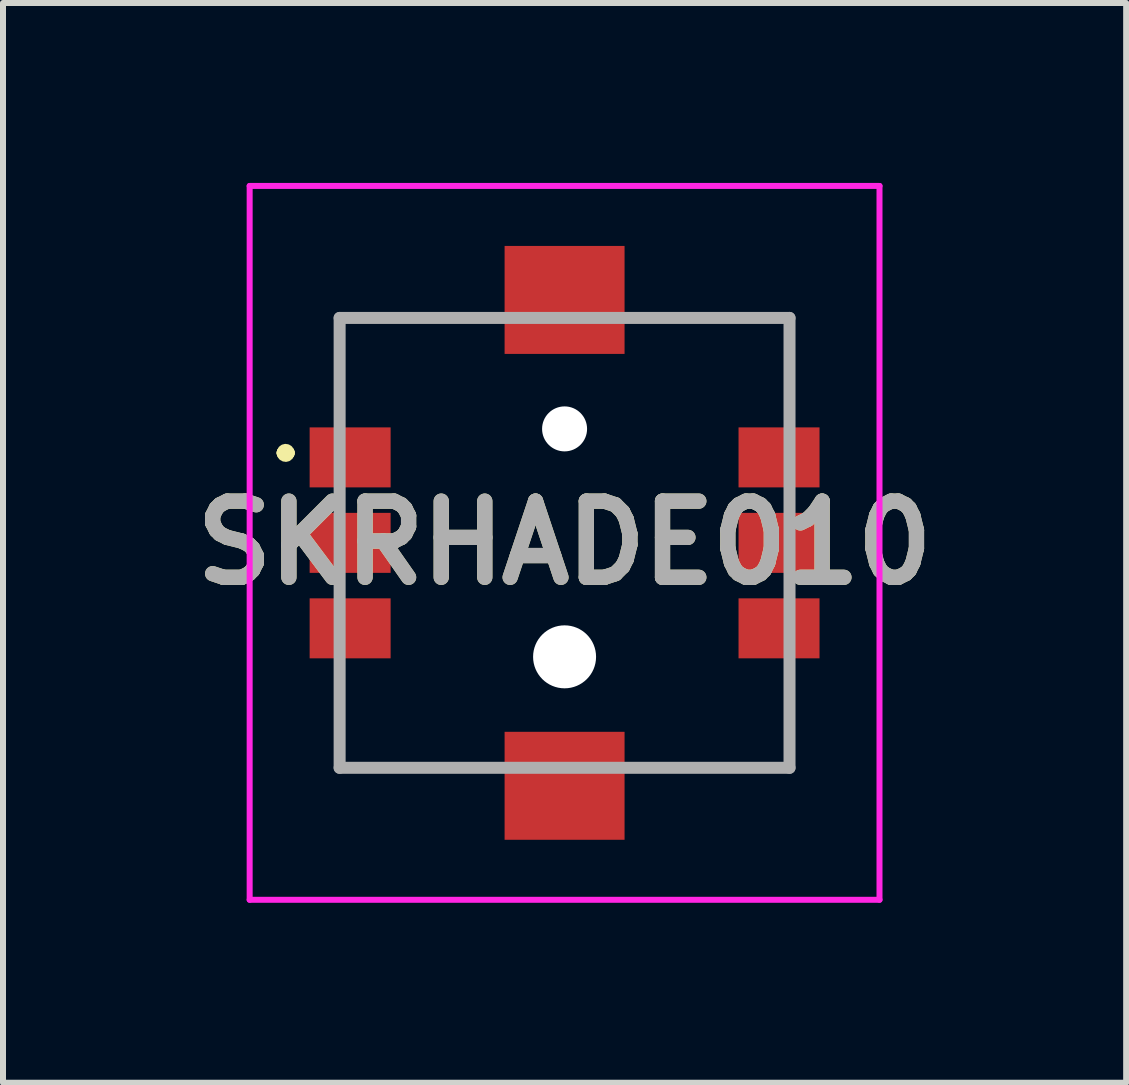
<source format=kicad_pcb>
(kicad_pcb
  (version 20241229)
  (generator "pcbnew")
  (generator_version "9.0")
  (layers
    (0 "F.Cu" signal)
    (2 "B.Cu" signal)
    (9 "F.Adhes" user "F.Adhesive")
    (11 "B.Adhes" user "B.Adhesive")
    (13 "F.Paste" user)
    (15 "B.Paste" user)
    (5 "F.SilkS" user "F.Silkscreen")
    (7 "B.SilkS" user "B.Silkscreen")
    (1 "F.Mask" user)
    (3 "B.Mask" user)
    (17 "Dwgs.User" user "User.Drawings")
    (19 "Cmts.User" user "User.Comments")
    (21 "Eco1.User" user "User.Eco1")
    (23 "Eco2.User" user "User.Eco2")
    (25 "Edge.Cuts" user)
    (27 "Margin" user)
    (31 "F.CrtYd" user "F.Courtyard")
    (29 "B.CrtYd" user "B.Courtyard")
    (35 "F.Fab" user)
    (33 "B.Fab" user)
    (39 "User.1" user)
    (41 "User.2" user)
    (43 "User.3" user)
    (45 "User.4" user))
  (footprint "SKRHADE010"
    (layer "F.Cu")
    (at 6.362 6)
    (property "Reference" "SKRHADE010" (at 0 0 0) (layer "F.SilkS") (effects (font (size 1.27 1.27) (thickness 0.254))))
    (attr through_hole)
    (fp_line (start -4.7 -1.5) (end -4.7 -1.5) (stroke (width 0.2) (type solid)) (layer "F.SilkS"))
    (fp_line (start -4.7 -1.5) (end -4.6 -1.5) (stroke (width 0.2) (type solid)) (layer "F.SilkS"))
    (fp_line (start -4.6 -1.5) (end -4.6 -1.5) (stroke (width 0.2) (type solid)) (layer "F.SilkS"))
    (fp_line (start -3.75 -3.75) (end -3.75 -3.75) (stroke (width 0.1) (type solid)) (layer "F.SilkS"))
    (fp_line (start -3.75 -3.75) (end -3.75 -3.75) (stroke (width 0.1) (type solid)) (layer "F.SilkS"))
    (fp_line (start -3.75 -3.75) (end -3.75 -2.5) (stroke (width 0.1) (type solid)) (layer "F.SilkS"))
    (fp_line (start -3.75 -3.75) (end -1.75 -3.75) (stroke (width 0.1) (type solid)) (layer "F.SilkS"))
    (fp_line (start -3.75 -2.5) (end -3.75 -3.75) (stroke (width 0.1) (type solid)) (layer "F.SilkS"))
    (fp_line (start -3.75 -2.5) (end -3.75 -2.5) (stroke (width 0.1) (type solid)) (layer "F.SilkS"))
    (fp_line (start -3.75 2.5) (end -3.75 2.5) (stroke (width 0.1) (type solid)) (layer "F.SilkS"))
    (fp_line (start -3.75 2.5) (end -3.75 3.75) (stroke (width 0.1) (type solid)) (layer "F.SilkS"))
    (fp_line (start -3.75 3.75) (end -3.75 2.5) (stroke (width 0.1) (type solid)) (layer "F.SilkS"))
    (fp_line (start -3.75 3.75) (end -3.75 3.75) (stroke (width 0.1) (type solid)) (layer "F.SilkS"))
    (fp_line (start -3.75 3.75) (end -3.75 3.75) (stroke (width 0.1) (type solid)) (layer "F.SilkS"))
    (fp_line (start -3.75 3.75) (end -1.75 3.75) (stroke (width 0.1) (type solid)) (layer "F.SilkS"))
    (fp_line (start -1.75 -3.75) (end -3.75 -3.75) (stroke (width 0.1) (type solid)) (layer "F.SilkS"))
    (fp_line (start -1.75 -3.75) (end -1.75 -3.75) (stroke (width 0.1) (type solid)) (layer "F.SilkS"))
    (fp_line (start -1.75 3.75) (end -3.75 3.75) (stroke (width 0.1) (type solid)) (layer "F.SilkS"))
    (fp_line (start -1.75 3.75) (end -1.75 3.75) (stroke (width 0.1) (type solid)) (layer "F.SilkS"))
    (fp_line (start 1.75 -3.75) (end 1.75 -3.75) (stroke (width 0.1) (type solid)) (layer "F.SilkS"))
    (fp_line (start 1.75 -3.75) (end 3.75 -3.75) (stroke (width 0.1) (type solid)) (layer "F.SilkS"))
    (fp_line (start 1.75 3.75) (end 1.75 3.75) (stroke (width 0.1) (type solid)) (layer "F.SilkS"))
    (fp_line (start 1.75 3.75) (end 3.75 3.75) (stroke (width 0.1) (type solid)) (layer "F.SilkS"))
    (fp_line (start 3.75 -3.75) (end 1.75 -3.75) (stroke (width 0.1) (type solid)) (layer "F.SilkS"))
    (fp_line (start 3.75 -3.75) (end 3.75 -3.75) (stroke (width 0.1) (type solid)) (layer "F.SilkS"))
    (fp_line (start 3.75 -3.75) (end 3.75 -3.75) (stroke (width 0.1) (type solid)) (layer "F.SilkS"))
    (fp_line (start 3.75 -3.75) (end 3.75 -2.5) (stroke (width 0.1) (type solid)) (layer "F.SilkS"))
    (fp_line (start 3.75 -2.5) (end 3.75 -3.75) (stroke (width 0.1) (type solid)) (layer "F.SilkS"))
    (fp_line (start 3.75 -2.5) (end 3.75 -2.5) (stroke (width 0.1) (type solid)) (layer "F.SilkS"))
    (fp_line (start 3.75 2.5) (end 3.75 2.5) (stroke (width 0.1) (type solid)) (layer "F.SilkS"))
    (fp_line (start 3.75 2.5) (end 3.75 3.75) (stroke (width 0.1) (type solid)) (layer "F.SilkS"))
    (fp_line (start 3.75 3.75) (end 1.75 3.75) (stroke (width 0.1) (type solid)) (layer "F.SilkS"))
    (fp_line (start 3.75 3.75) (end 3.75 2.5) (stroke (width 0.1) (type solid)) (layer "F.SilkS"))
    (fp_line (start 3.75 3.75) (end 3.75 3.75) (stroke (width 0.1) (type solid)) (layer "F.SilkS"))
    (fp_line (start 3.75 3.75) (end 3.75 3.75) (stroke (width 0.1) (type solid)) (layer "F.SilkS"))
    (fp_arc (start -4.7 -1.5) (mid -4.65 -1.55) (end -4.6 -1.5) (stroke (width 0.2) (type solid)) (layer "F.SilkS"))
    (fp_arc (start -4.6 -1.5) (mid -4.65 -1.45) (end -4.7 -1.5) (stroke (width 0.2) (type solid)) (layer "F.SilkS"))
    (fp_line (start -5.25 -5.95) (end 5.25 -5.95) (stroke (width 0.1) (type solid)) (layer "F.CrtYd"))
    (fp_line (start -5.25 5.95) (end -5.25 -5.95) (stroke (width 0.1) (type solid)) (layer "F.CrtYd"))
    (fp_line (start 5.25 -5.95) (end 5.25 5.95) (stroke (width 0.1) (type solid)) (layer "F.CrtYd"))
    (fp_line (start 5.25 5.95) (end -5.25 5.95) (stroke (width 0.1) (type solid)) (layer "F.CrtYd"))
    (fp_line (start -3.75 -3.75) (end -3.75 3.75) (stroke (width 0.2) (type solid)) (layer "F.Fab"))
    (fp_line (start -3.75 3.75) (end 3.75 3.75) (stroke (width 0.2) (type solid)) (layer "F.Fab"))
    (fp_line (start 3.75 -3.75) (end -3.75 -3.75) (stroke (width 0.2) (type solid)) (layer "F.Fab"))
    (fp_line (start 3.75 3.75) (end 3.75 -3.75) (stroke (width 0.2) (type solid)) (layer "F.Fab"))
    (fp_text user "${REFERENCE}" (at 0 0 0) (layer "F.Fab") (effects (font (size 1.27 1.27) (thickness 0.254))))
    (pad "" np_thru_hole circle (at 0 -1.9) (size 0.75 0.75) (drill 0.75) (layers "*.Cu" "*.Mask"))
    (pad "" np_thru_hole circle (at 0 1.9) (size 1.05 1.05) (drill 1.05) (layers "*.Cu" "*.Mask"))
    (pad "1" smd rect (at -3.575 -1.425 90) (size 1 1.35) (layers "F.Cu" "F.Mask" "F.Paste"))
    (pad "2" smd rect (at -3.575 0 90) (size 1 1.35) (layers "F.Cu" "F.Mask" "F.Paste"))
    (pad "3" smd rect (at -3.575 1.425 90) (size 1 1.35) (layers "F.Cu" "F.Mask" "F.Paste"))
    (pad "4" smd rect (at 3.575 -1.425 90) (size 1 1.35) (layers "F.Cu" "F.Mask" "F.Paste"))
    (pad "5" smd rect (at 3.575 0 90) (size 1 1.35) (layers "F.Cu" "F.Mask" "F.Paste"))
    (pad "6" smd rect (at 3.575 1.425 90) (size 1 1.35) (layers "F.Cu" "F.Mask" "F.Paste"))
    (pad "MP1" smd rect (at 0 -4.05 90) (size 1.8 2) (layers "F.Cu" "F.Mask" "F.Paste"))
    (pad "MP2" smd rect (at 0 4.05 90) (size 1.8 2) (layers "F.Cu" "F.Mask" "F.Paste")))
  (gr_rect
    (start -3 -3)
    (end 15.724 15)
    (stroke (width 0.1) (type default))
    (fill no)
    (layer "Edge.Cuts")))
</source>
